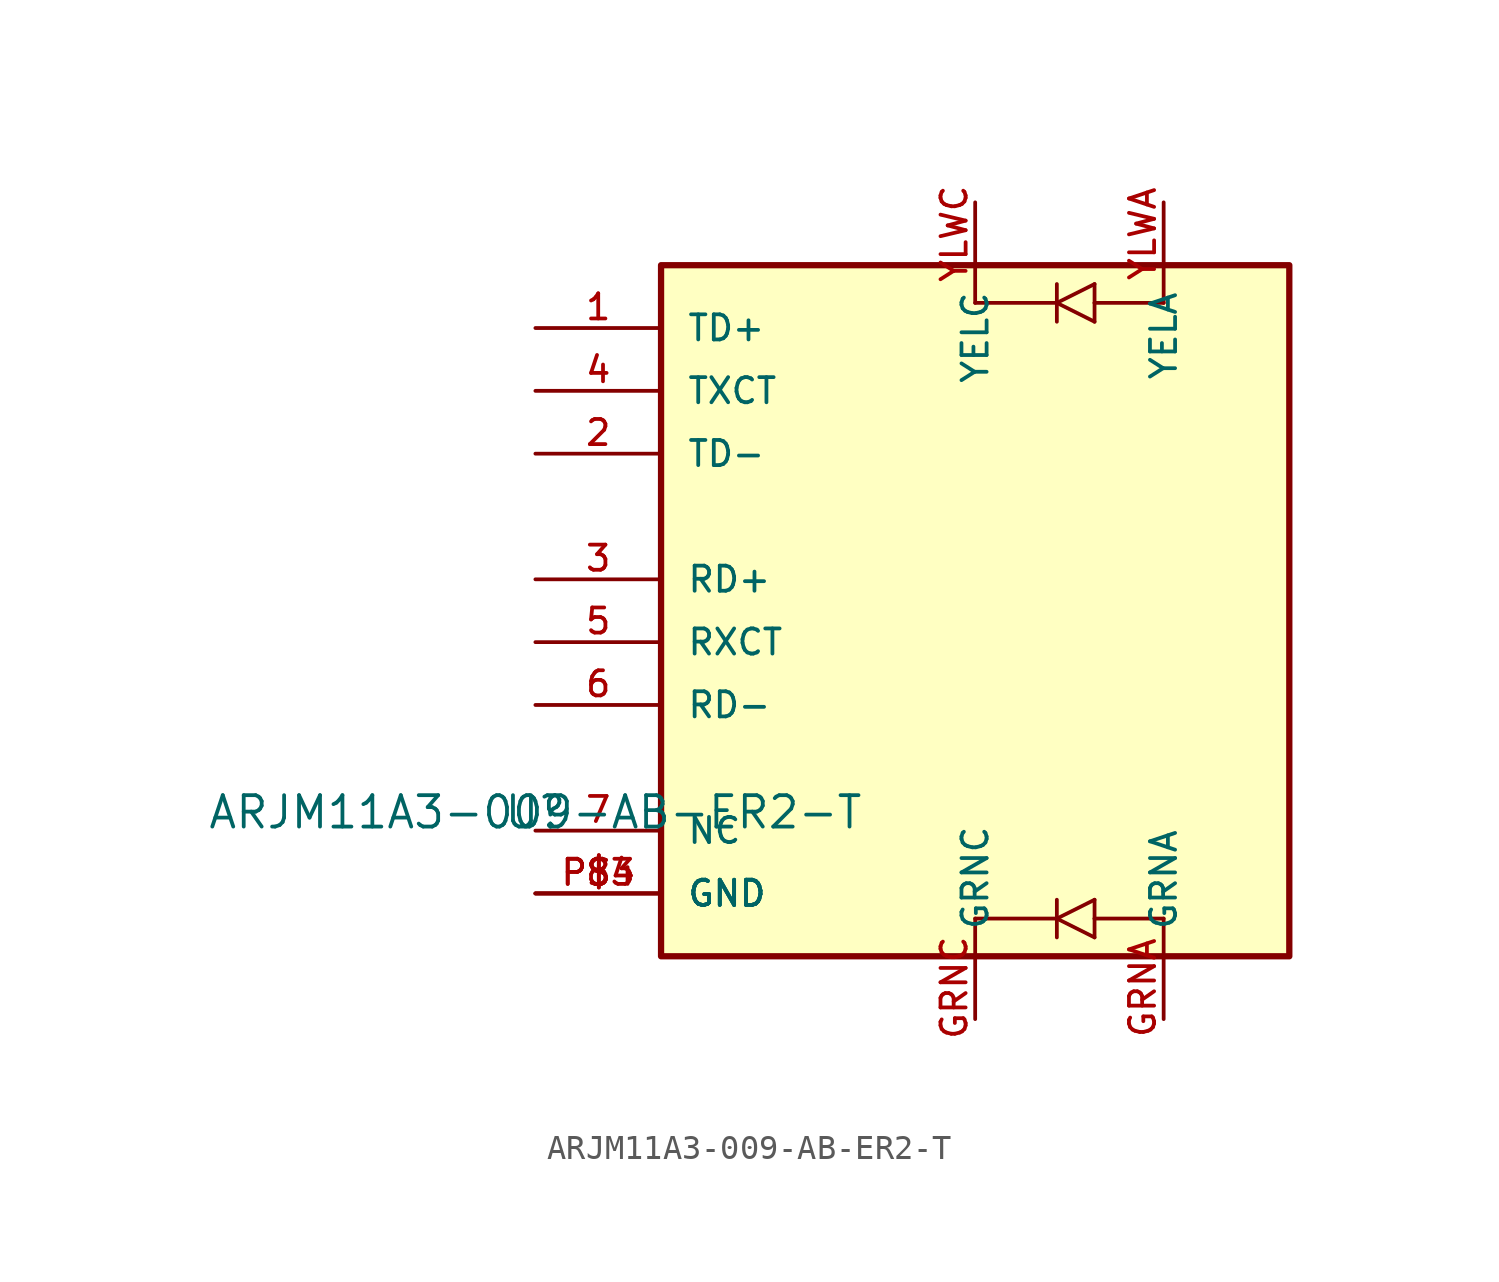
<source format=kicad_sym>
(kicad_symbol_lib
  (version 20220914)
  (generator kicad_symbol_editor)
  (symbol "ARJM11A3-009-AB-ER2-T"
    (pin_names
      (offset 1.016))
    (property "Reference" "U"
      (at 0 0 0)
      (effects (font (size 1.27 1.27)) (justify bottom)))
    (property "Value" "ARJM11A3-009-AB-ER2-T"
      (at 0 0 0)
      (effects (font (size 1.27 1.27)) (justify bottom)))
    (symbol "ARJM11A3-009-AB-ER2-T_0_0"
      (polyline (pts (xy 17.78 -3.556) (xy 17.78 -5.08)) (stroke (width 0.152) (type default)) (fill (type none)))
      (polyline (pts (xy 17.78 21.336) (xy 17.78 22.86)) (stroke (width 0.152) (type default)) (fill (type none)))
      (polyline (pts (xy 21.082 -3.556) (xy 17.78 -3.556)) (stroke (width 0.152) (type default)) (fill (type none)))
      (polyline (pts (xy 21.082 -3.556) (xy 21.082 -4.318)) (stroke (width 0.152) (type default)) (fill (type none)))
      (polyline (pts (xy 21.082 -3.556) (xy 22.606 -4.318)) (stroke (width 0.152) (type default)) (fill (type none)))
      (polyline (pts (xy 21.082 -2.794) (xy 21.082 -3.556)) (stroke (width 0.152) (type default)) (fill (type none)))
      (polyline (pts (xy 21.082 21.336) (xy 17.78 21.336)) (stroke (width 0.152) (type default)) (fill (type none)))
      (polyline (pts (xy 21.082 21.336) (xy 21.082 20.574)) (stroke (width 0.152) (type default)) (fill (type none)))
      (polyline (pts (xy 21.082 21.336) (xy 22.606 20.574)) (stroke (width 0.152) (type default)) (fill (type none)))
      (polyline (pts (xy 21.082 22.098) (xy 21.082 21.336)) (stroke (width 0.152) (type default)) (fill (type none)))
      (polyline (pts (xy 22.606 -4.318) (xy 22.606 -3.556)) (stroke (width 0.152) (type default)) (fill (type none)))
      (polyline (pts (xy 22.606 -3.556) (xy 22.606 -2.794)) (stroke (width 0.152) (type default)) (fill (type none)))
      (polyline (pts (xy 22.606 -3.556) (xy 25.4 -3.556)) (stroke (width 0.152) (type default)) (fill (type none)))
      (polyline (pts (xy 22.606 -2.794) (xy 21.082 -3.556)) (stroke (width 0.152) (type default)) (fill (type none)))
      (polyline (pts (xy 22.606 20.574) (xy 22.606 21.336)) (stroke (width 0.152) (type default)) (fill (type none)))
      (polyline (pts (xy 22.606 21.336) (xy 22.606 22.098)) (stroke (width 0.152) (type default)) (fill (type none)))
      (polyline (pts (xy 22.606 21.336) (xy 25.4 21.336)) (stroke (width 0.152) (type default)) (fill (type none)))
      (polyline (pts (xy 22.606 22.098) (xy 21.082 21.336)) (stroke (width 0.152) (type default)) (fill (type none)))
      (polyline (pts (xy 25.4 -3.556) (xy 25.4 -5.08)) (stroke (width 0.152) (type default)) (fill (type none)))
      (polyline (pts (xy 25.4 21.336) (xy 25.4 22.86)) (stroke (width 0.152) (type default)) (fill (type none)))
      (rectangle (start 5.08 -5.08) (end 30.48 22.86) (stroke (width 0.254) (type default)) (fill (type background)))
      (pin bidirectional line (at 0 20.32 0) (length 5.08) (name "TD+" (effects (font (size 1.016 1.016)))) (number "1" (effects (font (size 1.016 1.016)))))
      (pin bidirectional line (at 0 15.24 0) (length 5.08) (name "TD-" (effects (font (size 1.016 1.016)))) (number "2" (effects (font (size 1.016 1.016)))))
      (pin bidirectional line (at 0 10.16 0) (length 5.08) (name "RD+" (effects (font (size 1.016 1.016)))) (number "3" (effects (font (size 1.016 1.016)))))
      (pin bidirectional line (at 0 17.78 0) (length 5.08) (name "TXCT" (effects (font (size 1.016 1.016)))) (number "4" (effects (font (size 1.016 1.016)))))
      (pin bidirectional line (at 0 7.62 0) (length 5.08) (name "RXCT" (effects (font (size 1.016 1.016)))) (number "5" (effects (font (size 1.016 1.016)))))
      (pin bidirectional line (at 0 5.08 0) (length 5.08) (name "RD-" (effects (font (size 1.016 1.016)))) (number "6" (effects (font (size 1.016 1.016)))))
      (pin bidirectional line (at 0 0 0) (length 5.08) (name "NC" (effects (font (size 1.016 1.016)))) (number "7" (effects (font (size 1.016 1.016)))))
      (pin bidirectional line (at 0 -2.54 0) (length 5.08) (name "GND" (effects (font (size 1.016 1.016)))) (number "8" (effects (font (size 1.016 1.016)))))
      (pin bidirectional line (at 25.4 -7.62 90) (length 2.54) (name "GRNA" (effects (font (size 1.016 1.016)))) (number "GRNA" (effects (font (size 1.016 1.016)))))
      (pin bidirectional line (at 17.78 -7.62 90) (length 2.54) (name "GRNC" (effects (font (size 1.016 1.016)))) (number "GRNC" (effects (font (size 1.016 1.016)))))
      (pin bidirectional line (at 0 -2.54 0) (length 5.08) (name "GND" (effects (font (size 1.016 1.016)))) (number "P$3" (effects (font (size 1.016 1.016)))))
      (pin bidirectional line (at 0 -2.54 0) (length 5.08) (name "GND" (effects (font (size 1.016 1.016)))) (number "P$4" (effects (font (size 1.016 1.016)))))
      (pin bidirectional line (at 25.4 25.4 270) (length 2.54) (name "YELA" (effects (font (size 1.016 1.016)))) (number "YLWA" (effects (font (size 1.016 1.016)))))
      (pin bidirectional line (at 17.78 25.4 270) (length 2.54) (name "YELC" (effects (font (size 1.016 1.016)))) (number "YLWC" (effects (font (size 1.016 1.016))))))))
</source>
